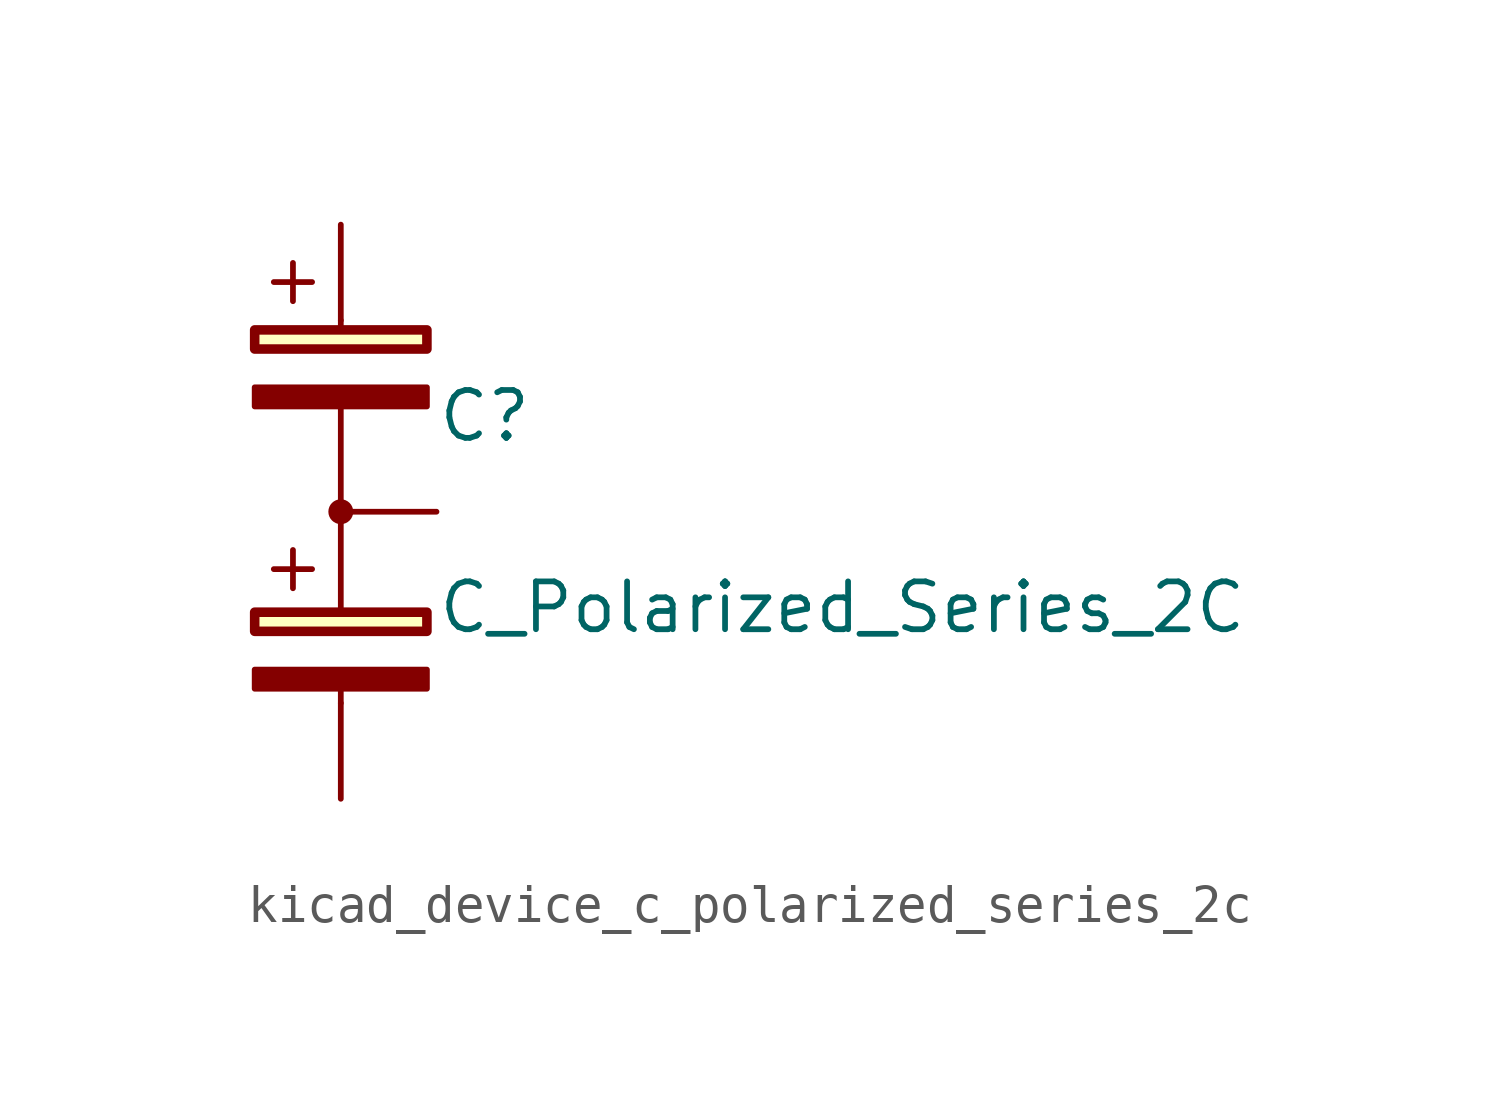
<source format=kicad_sym>
(kicad_symbol_lib
  (version 20220914)
  (generator kicad_symbol_editor)
  (symbol "kicad_device_c_polarized_series_2c"
    (pin_numbers hide)
    (property "Reference" "C"
      (at 2.54 2.54 0)
      (effects (font (size 1.27 1.27)) (justify left)))
    (property "Value" "C_Polarized_Series_2C"
      (at 2.54 -2.54 0)
      (effects (font (size 1.27 1.27)) (justify left)))
    (symbol "kicad_device_c_polarized_series_2c_0_1"
      (rectangle (start -2.286 -3.175) (end 2.286 -2.667) (stroke (width 0.254) (type default)) (fill (type background)))
      (rectangle (start -2.286 4.318) (end 2.286 4.826) (stroke (width 0.254) (type default)) (fill (type background)))
      (polyline (pts (xy -1.778 -1.524) (xy -0.762 -1.524)) (stroke (width 0) (type default)) (fill (type none)))
      (polyline (pts (xy -1.778 6.096) (xy -0.762 6.096)) (stroke (width 0) (type default)) (fill (type none)))
      (polyline (pts (xy -1.27 -1.016) (xy -1.27 -2.032)) (stroke (width 0) (type default)) (fill (type none)))
      (polyline (pts (xy -1.27 6.604) (xy -1.27 5.588)) (stroke (width 0) (type default)) (fill (type none)))
      (polyline (pts (xy 0 -5.08) (xy 0 -4.572)) (stroke (width 0.152) (type default)) (fill (type none)))
      (polyline (pts (xy 0 2.794) (xy 0 -2.667)) (stroke (width 0.152) (type default)) (fill (type none)))
      (polyline (pts (xy 0 5.08) (xy 0 4.826)) (stroke (width 0.152) (type default)) (fill (type none)))
      (circle (center 0 0) (radius 0.254) (stroke (width 0) (type default)) (fill (type outline)))
      (rectangle (start 2.286 -4.191) (end -2.286 -4.699) (stroke (width 0) (type default)) (fill (type outline)))
      (rectangle (start 2.286 3.302) (end -2.286 2.794) (stroke (width 0) (type default)) (fill (type outline))))
    (symbol "kicad_device_c_polarized_series_2c_1_1"
      (pin passive line (at 0 7.62 270) (length 2.54) (name "~" (effects (font (size 1.27 1.27)))) (number "1" (effects (font (size 1.27 1.27)))))
      (pin passive line (at 2.54 0 180) (length 2.54) (name "~" (effects (font (size 1.27 1.27)))) (number "2" (effects (font (size 1.27 1.27)))))
      (pin passive line (at 0 -7.62 90) (length 2.54) (name "~" (effects (font (size 1.27 1.27)))) (number "3" (effects (font (size 1.27 1.27))))))))
</source>
